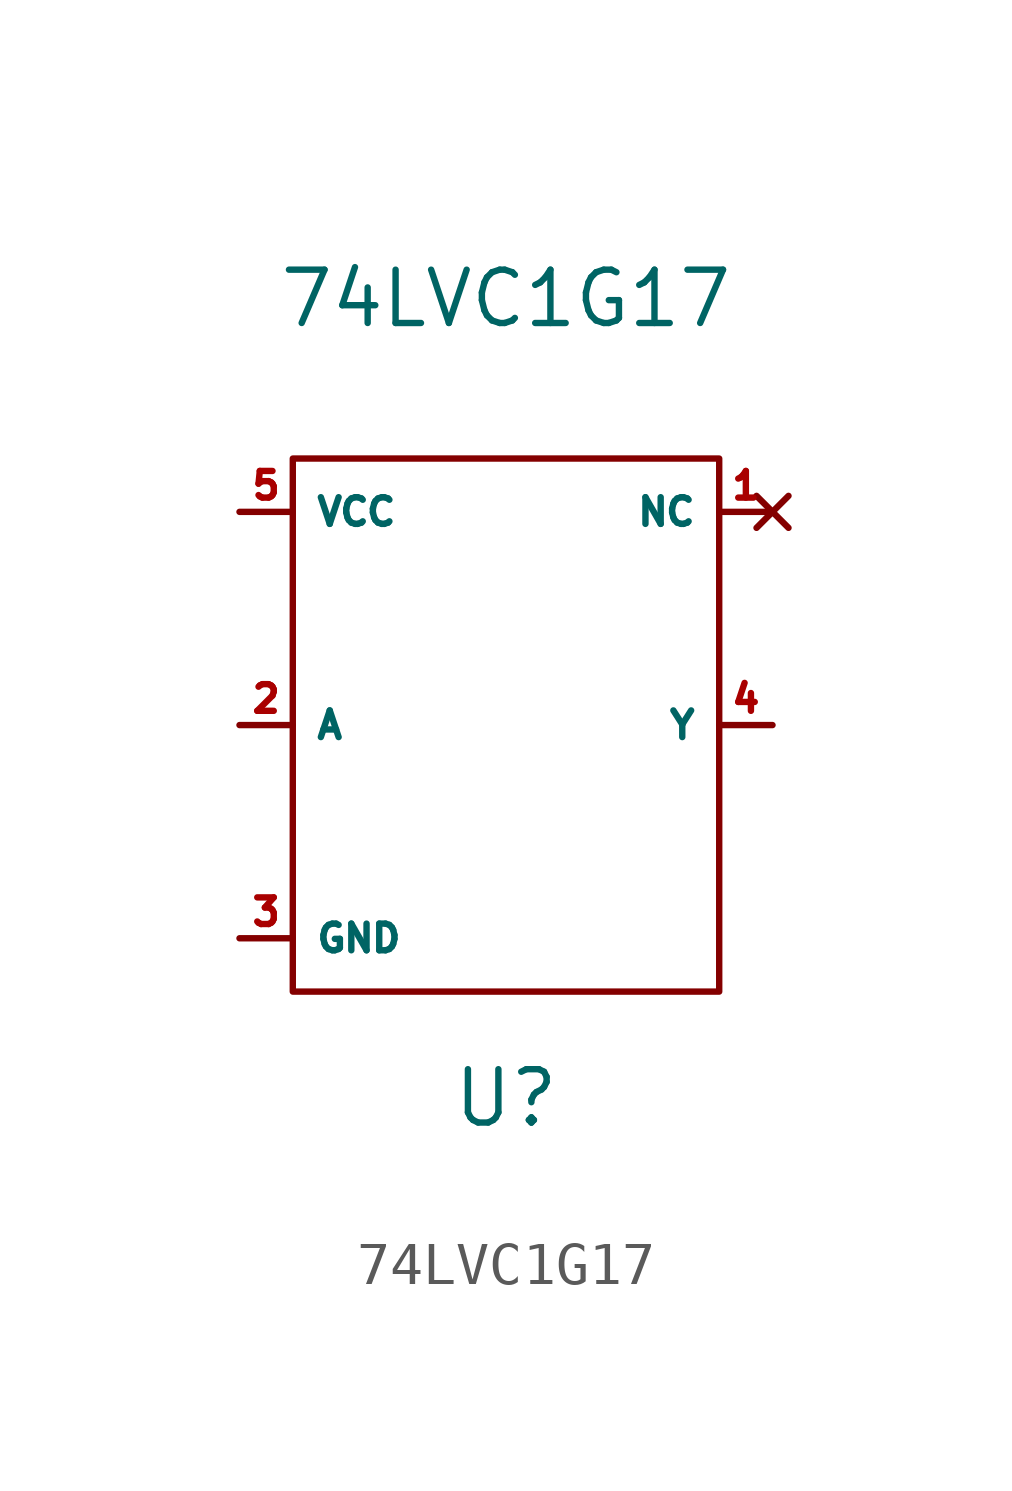
<source format=kicad_sym>
(kicad_symbol_lib
  (version 20211014)
  (generator kicad_symbol_editor)
  (symbol "74LVC1G17"
    (property "Reference" "U"
      (at 0 -8.89 0)
      (effects (font (size 1.27 1.27))))
    (property "Value" "74LVC1G17"
      (at 0 10.16 0)
      (effects (font (size 1.27 1.27))))
    (symbol "74LVC1G17_0_0"
      (pin no_connect line (at 6.35 5.08 180) (length 1.27) (name "NC" (effects (font (size 0.635 0.635)))) (number "1" (effects (font (size 0.635 0.635)))))
      (pin input line (at -6.35 0 0) (length 1.27) (name "A" (effects (font (size 0.635 0.635)))) (number "2" (effects (font (size 0.635 0.635)))))
      (pin power_in line (at -6.35 -5.08 0) (length 1.27) (name "GND" (effects (font (size 0.635 0.635)))) (number "3" (effects (font (size 0.635 0.635)))))
      (pin power_out line (at 6.35 0 180) (length 1.27) (name "Y" (effects (font (size 0.635 0.635)))) (number "4" (effects (font (size 0.635 0.635)))))
      (pin power_in line (at -6.35 5.08 0) (length 1.27) (name "VCC" (effects (font (size 0.635 0.635)))) (number "5" (effects (font (size 0.635 0.635))))))
    (symbol "74LVC1G17_0_1"
      (rectangle (start -5.08 6.35) (end 5.08 -6.35) (stroke (width 0) (type default) (color 0 0 0 0)) (fill (type none))))))
</source>
